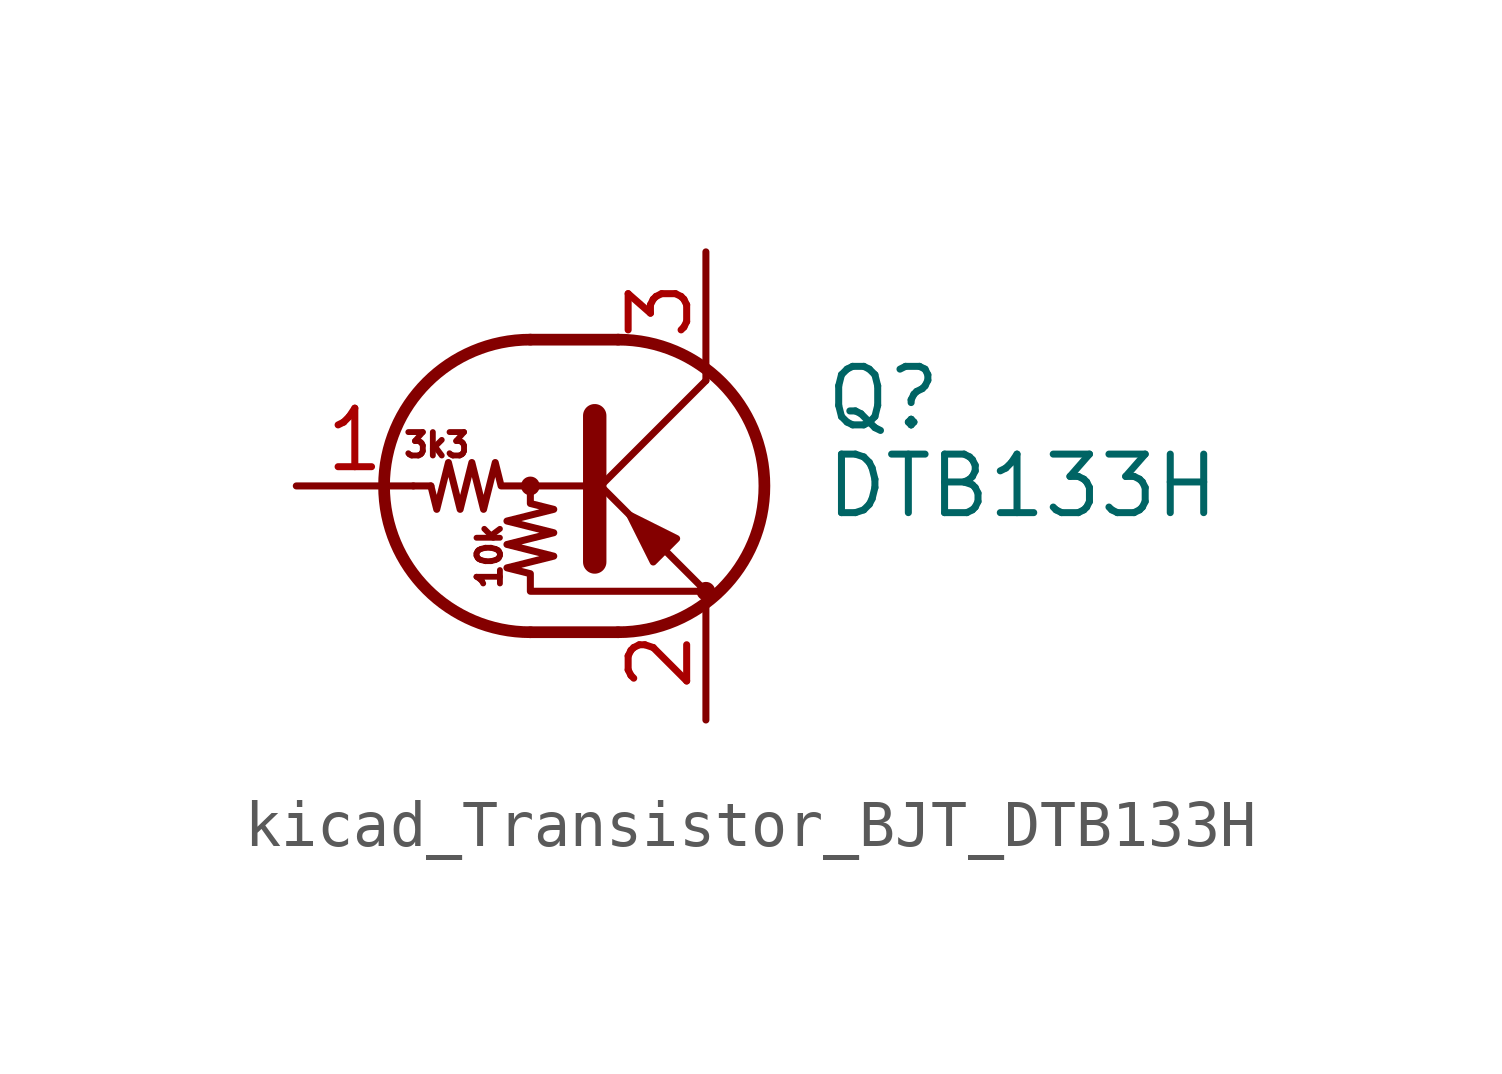
<source format=kicad_sym>
(kicad_symbol_lib
  (version 20220914)
  (generator kicad_symbol_editor)
  (symbol "kicad_Transistor_BJT_DTB133H"
    (pin_names
      (offset 0) hide)
    (property "Reference" "Q"
      (at 5.08 1.905 0)
      (effects (font (size 1.27 1.27)) (justify left)))
    (property "Value" "DTB133H"
      (at 5.08 0 0)
      (effects (font (size 1.27 1.27)) (justify left)))
    (symbol "kicad_Transistor_BJT_DTB133H_0_0"
      (text "10k" (at -2.159 -1.524 900) (effects (font (size 0.508 0.508))))
      (text "3k3" (at -3.302 0.889 0) (effects (font (size 0.508 0.508)))))
    (symbol "kicad_Transistor_BJT_DTB133H_0_1"
      (circle (center -1.27 0) (radius 0.127) (stroke (width 0) (type default)) (fill (type none)))
      (arc (start -1.27 3.175) (mid -4.4312 0) (end -1.27 -3.175) (stroke (width 0.254) (type default)) (fill (type none)))
      (polyline (pts (xy -3.429 0) (xy -3.81 0)) (stroke (width 0) (type default)) (fill (type none)))
      (polyline (pts (xy -1.27 -3.175) (xy 0.635 -3.175)) (stroke (width 0.254) (type default)) (fill (type none)))
      (polyline (pts (xy -1.27 3.175) (xy 0.635 3.175)) (stroke (width 0.254) (type default)) (fill (type none)))
      (polyline (pts (xy 0 -0.254) (xy 2.54 2.286)) (stroke (width 0) (type default)) (fill (type none)))
      (polyline (pts (xy 0.127 1.524) (xy 0.127 -1.651)) (stroke (width 0.508) (type default)) (fill (type outline)))
      (polyline (pts (xy 2.54 2.286) (xy 2.54 2.54)) (stroke (width 0) (type default)) (fill (type none)))
      (polyline (pts (xy 2.54 -2.286) (xy 0 0.254) (xy 0 0.254)) (stroke (width 0) (type default)) (fill (type none)))
      (polyline (pts (xy 1.397 -1.651) (xy 1.905 -1.143) (xy 0.889 -0.635) (xy 1.397 -1.651)) (stroke (width 0) (type default)) (fill (type outline)))
      (polyline (pts (xy 0 0) (xy -1.905 0) (xy -2.032 0.508) (xy -2.286 -0.508) (xy -2.54 0.508) (xy -2.794 -0.508) (xy -3.048 0.508) (xy -3.302 -0.508) (xy -3.429 0)) (stroke (width 0) (type default)) (fill (type none)))
      (polyline (pts (xy -1.27 0) (xy -1.27 -0.381) (xy -0.762 -0.508) (xy -1.778 -0.762) (xy -0.762 -1.016) (xy -1.778 -1.27) (xy -0.762 -1.524) (xy -1.778 -1.778) (xy -1.27 -1.905) (xy -1.27 -2.286) (xy 2.54 -2.286)) (stroke (width 0) (type default)) (fill (type none)))
      (arc (start 0.635 -3.175) (mid 3.7962 0) (end 0.635 3.175) (stroke (width 0.254) (type default)) (fill (type none)))
      (circle (center 2.54 -2.286) (radius 0.127) (stroke (width 0) (type default)) (fill (type none))))
    (symbol "kicad_Transistor_BJT_DTB133H_1_1"
      (pin input line (at -6.35 0 0) (length 2.54) (name "B" (effects (font (size 1.27 1.27)))) (number "1" (effects (font (size 1.27 1.27)))))
      (pin passive line (at 2.54 -5.08 90) (length 2.54) (name "E" (effects (font (size 1.27 1.27)))) (number "2" (effects (font (size 1.27 1.27)))))
      (pin passive line (at 2.54 5.08 270) (length 2.54) (name "C" (effects (font (size 1.27 1.27)))) (number "3" (effects (font (size 1.27 1.27))))))))
</source>
